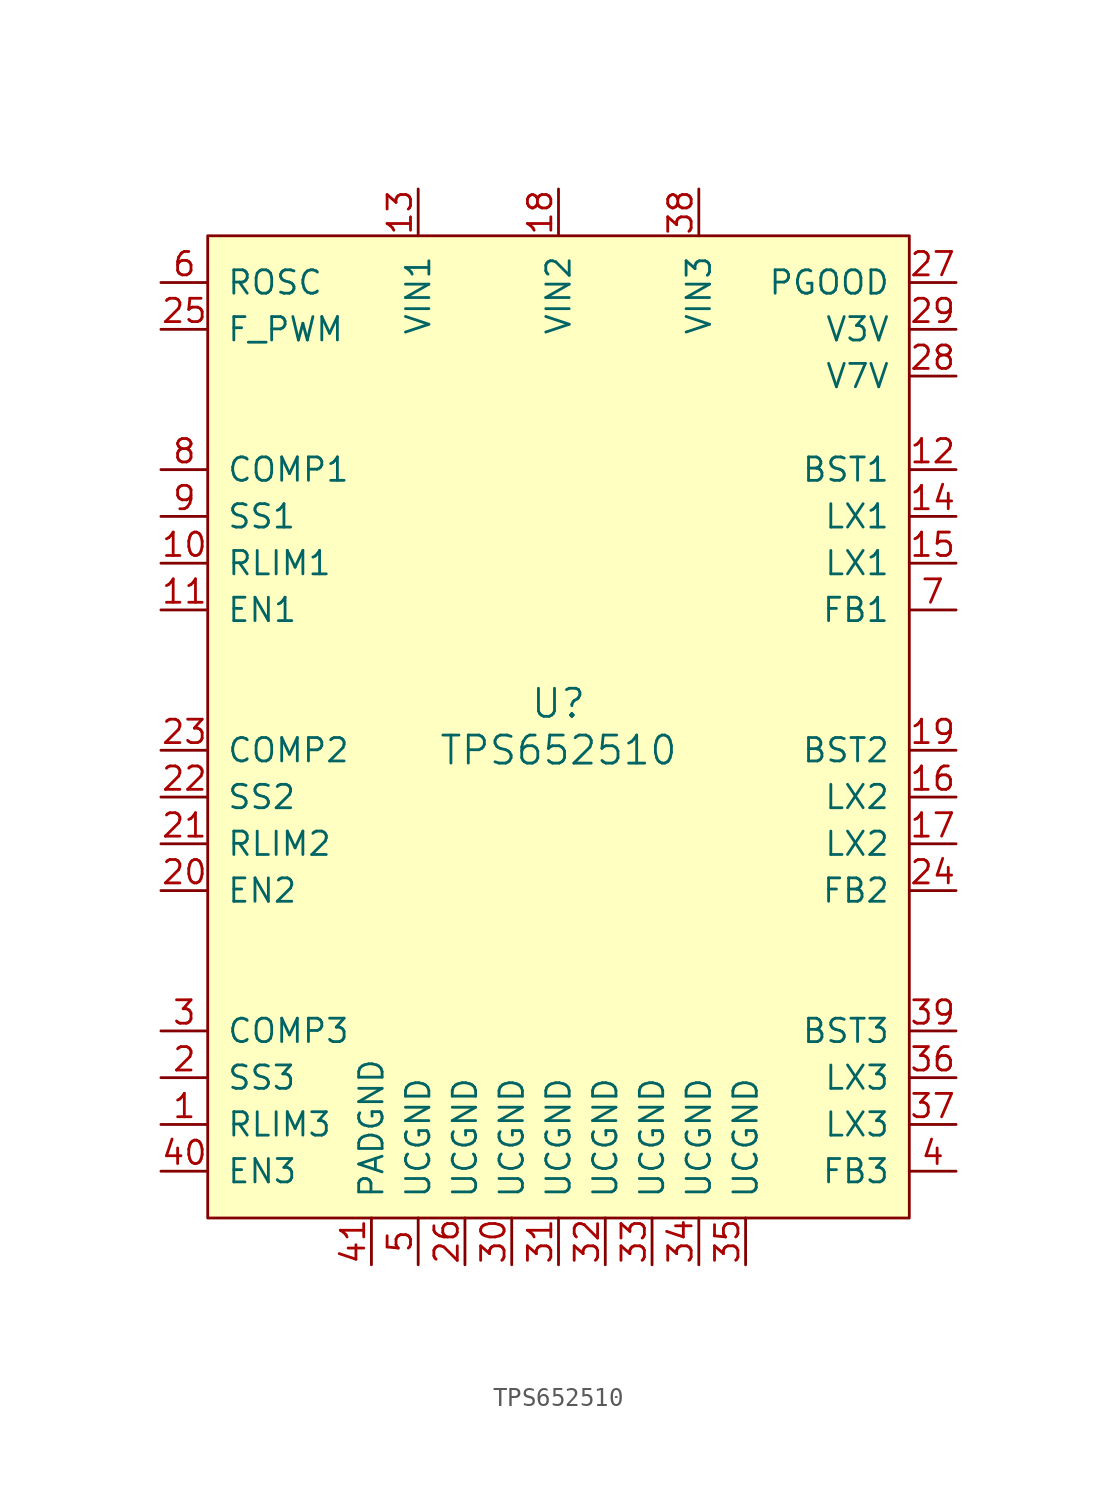
<source format=kicad_sym>
(kicad_symbol_lib
  (version 20241209)
  (generator "kicad_symbol_editor")
  (generator_version "9.0")
  (symbol "TPS652510"
    (pin_names
      (offset 1.016))
    (property "Reference" "U"
      (at 0 1.27 0)
      (effects (font (size 1.524 1.524))))
    (property "Value" "TPS652510"
      (at 0 -1.27 0)
      (effects (font (size 1.524 1.524))))
    (property "Datasheet" ""
      (at 0 -8.89 0)
      (effects (font (size 1.524 1.524))))
    (symbol "TPS652510_0_1"
      (rectangle (start -19.05 26.67) (end 19.05 -26.67) (stroke (width 0) (type solid)) (fill (type background))))
    (symbol "TPS652510_1_1"
      (pin input line (at -21.59 24.13 0) (length 2.54) (name "ROSC" (effects (font (size 1.27 1.27)))) (number "6" (effects (font (size 1.27 1.27)))))
      (pin input line (at -21.59 21.59 0) (length 2.54) (name "F_PWM" (effects (font (size 1.27 1.27)))) (number "25" (effects (font (size 1.27 1.27)))))
      (pin output line (at -21.59 13.97 0) (length 2.54) (name "COMP1" (effects (font (size 1.27 1.27)))) (number "8" (effects (font (size 1.27 1.27)))))
      (pin bidirectional line (at -21.59 11.43 0) (length 2.54) (name "SS1" (effects (font (size 1.27 1.27)))) (number "9" (effects (font (size 1.27 1.27)))))
      (pin input line (at -21.59 8.89 0) (length 2.54) (name "RLIM1" (effects (font (size 1.27 1.27)))) (number "10" (effects (font (size 1.27 1.27)))))
      (pin input line (at -21.59 6.35 0) (length 2.54) (name "EN1" (effects (font (size 1.27 1.27)))) (number "11" (effects (font (size 1.27 1.27)))))
      (pin output line (at -21.59 -1.27 0) (length 2.54) (name "COMP2" (effects (font (size 1.27 1.27)))) (number "23" (effects (font (size 1.27 1.27)))))
      (pin bidirectional line (at -21.59 -3.81 0) (length 2.54) (name "SS2" (effects (font (size 1.27 1.27)))) (number "22" (effects (font (size 1.27 1.27)))))
      (pin input line (at -21.59 -6.35 0) (length 2.54) (name "RLIM2" (effects (font (size 1.27 1.27)))) (number "21" (effects (font (size 1.27 1.27)))))
      (pin input line (at -21.59 -8.89 0) (length 2.54) (name "EN2" (effects (font (size 1.27 1.27)))) (number "20" (effects (font (size 1.27 1.27)))))
      (pin output line (at -21.59 -16.51 0) (length 2.54) (name "COMP3" (effects (font (size 1.27 1.27)))) (number "3" (effects (font (size 1.27 1.27)))))
      (pin bidirectional line (at -21.59 -19.05 0) (length 2.54) (name "SS3" (effects (font (size 1.27 1.27)))) (number "2" (effects (font (size 1.27 1.27)))))
      (pin input line (at -21.59 -21.59 0) (length 2.54) (name "RLIM3" (effects (font (size 1.27 1.27)))) (number "1" (effects (font (size 1.27 1.27)))))
      (pin input line (at -21.59 -24.13 0) (length 2.54) (name "EN3" (effects (font (size 1.27 1.27)))) (number "40" (effects (font (size 1.27 1.27)))))
      (pin power_in line (at -10.16 -29.21 90) (length 2.54) (name "PADGND" (effects (font (size 1.27 1.27)))) (number "41" (effects (font (size 1.27 1.27)))))
      (pin power_in line (at -7.62 29.21 270) (length 2.54) (name "VIN1" (effects (font (size 1.27 1.27)))) (number "13" (effects (font (size 1.27 1.27)))))
      (pin passive line (at -7.62 -29.21 90) (length 2.54) (name "UCGND" (effects (font (size 1.27 1.27)))) (number "5" (effects (font (size 1.27 1.27)))))
      (pin passive line (at -5.08 -29.21 90) (length 2.54) (name "UCGND" (effects (font (size 1.27 1.27)))) (number "26" (effects (font (size 1.27 1.27)))))
      (pin passive line (at -2.54 -29.21 90) (length 2.54) (name "UCGND" (effects (font (size 1.27 1.27)))) (number "30" (effects (font (size 1.27 1.27)))))
      (pin power_in line (at 0 29.21 270) (length 2.54) (name "VIN2" (effects (font (size 1.27 1.27)))) (number "18" (effects (font (size 1.27 1.27)))))
      (pin passive line (at 0 -29.21 90) (length 2.54) (name "UCGND" (effects (font (size 1.27 1.27)))) (number "31" (effects (font (size 1.27 1.27)))))
      (pin passive line (at 2.54 -29.21 90) (length 2.54) (name "UCGND" (effects (font (size 1.27 1.27)))) (number "32" (effects (font (size 1.27 1.27)))))
      (pin passive line (at 5.08 -29.21 90) (length 2.54) (name "UCGND" (effects (font (size 1.27 1.27)))) (number "33" (effects (font (size 1.27 1.27)))))
      (pin input line (at 7.62 29.21 270) (length 2.54) (name "VIN3" (effects (font (size 1.27 1.27)))) (number "38" (effects (font (size 1.27 1.27)))))
      (pin passive line (at 7.62 -29.21 90) (length 2.54) (name "UCGND" (effects (font (size 1.27 1.27)))) (number "34" (effects (font (size 1.27 1.27)))))
      (pin passive line (at 10.16 -29.21 90) (length 2.54) (name "UCGND" (effects (font (size 1.27 1.27)))) (number "35" (effects (font (size 1.27 1.27)))))
      (pin output line (at 21.59 24.13 180) (length 2.54) (name "PGOOD" (effects (font (size 1.27 1.27)))) (number "27" (effects (font (size 1.27 1.27)))))
      (pin bidirectional line (at 21.59 21.59 180) (length 2.54) (name "V3V" (effects (font (size 1.27 1.27)))) (number "29" (effects (font (size 1.27 1.27)))))
      (pin bidirectional line (at 21.59 19.05 180) (length 2.54) (name "V7V" (effects (font (size 1.27 1.27)))) (number "28" (effects (font (size 1.27 1.27)))))
      (pin bidirectional line (at 21.59 13.97 180) (length 2.54) (name "BST1" (effects (font (size 1.27 1.27)))) (number "12" (effects (font (size 1.27 1.27)))))
      (pin power_out line (at 21.59 11.43 180) (length 2.54) (name "LX1" (effects (font (size 1.27 1.27)))) (number "14" (effects (font (size 1.27 1.27)))))
      (pin passive line (at 21.59 8.89 180) (length 2.54) (name "LX1" (effects (font (size 1.27 1.27)))) (number "15" (effects (font (size 1.27 1.27)))))
      (pin input line (at 21.59 6.35 180) (length 2.54) (name "FB1" (effects (font (size 1.27 1.27)))) (number "7" (effects (font (size 1.27 1.27)))))
      (pin bidirectional line (at 21.59 -1.27 180) (length 2.54) (name "BST2" (effects (font (size 1.27 1.27)))) (number "19" (effects (font (size 1.27 1.27)))))
      (pin power_out line (at 21.59 -3.81 180) (length 2.54) (name "LX2" (effects (font (size 1.27 1.27)))) (number "16" (effects (font (size 1.27 1.27)))))
      (pin passive line (at 21.59 -6.35 180) (length 2.54) (name "LX2" (effects (font (size 1.27 1.27)))) (number "17" (effects (font (size 1.27 1.27)))))
      (pin input line (at 21.59 -8.89 180) (length 2.54) (name "FB2" (effects (font (size 1.27 1.27)))) (number "24" (effects (font (size 1.27 1.27)))))
      (pin bidirectional line (at 21.59 -16.51 180) (length 2.54) (name "BST3" (effects (font (size 1.27 1.27)))) (number "39" (effects (font (size 1.27 1.27)))))
      (pin power_out line (at 21.59 -19.05 180) (length 2.54) (name "LX3" (effects (font (size 1.27 1.27)))) (number "36" (effects (font (size 1.27 1.27)))))
      (pin passive line (at 21.59 -21.59 180) (length 2.54) (name "LX3" (effects (font (size 1.27 1.27)))) (number "37" (effects (font (size 1.27 1.27)))))
      (pin input line (at 21.59 -24.13 180) (length 2.54) (name "FB3" (effects (font (size 1.27 1.27)))) (number "4" (effects (font (size 1.27 1.27))))))))
</source>
